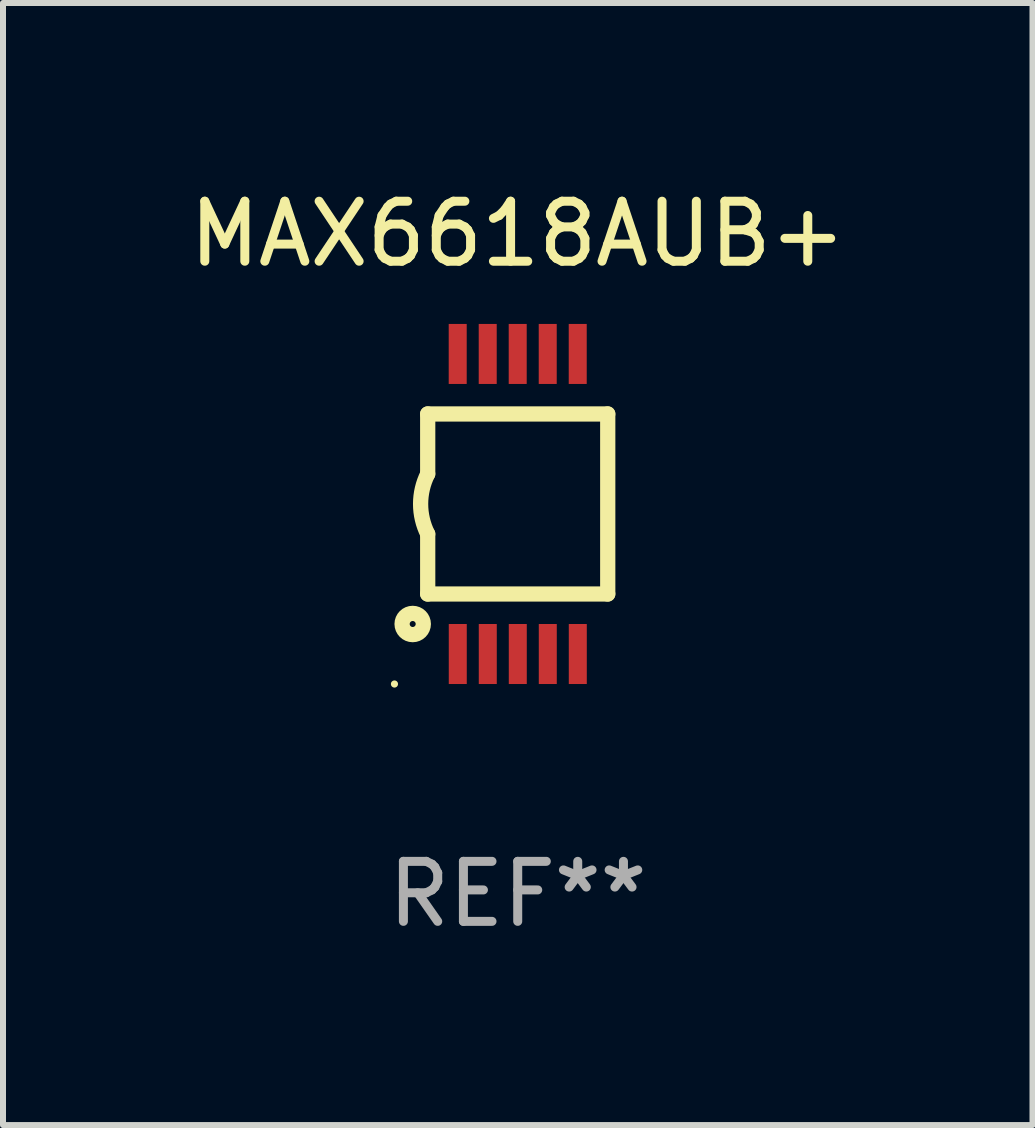
<source format=kicad_pcb>
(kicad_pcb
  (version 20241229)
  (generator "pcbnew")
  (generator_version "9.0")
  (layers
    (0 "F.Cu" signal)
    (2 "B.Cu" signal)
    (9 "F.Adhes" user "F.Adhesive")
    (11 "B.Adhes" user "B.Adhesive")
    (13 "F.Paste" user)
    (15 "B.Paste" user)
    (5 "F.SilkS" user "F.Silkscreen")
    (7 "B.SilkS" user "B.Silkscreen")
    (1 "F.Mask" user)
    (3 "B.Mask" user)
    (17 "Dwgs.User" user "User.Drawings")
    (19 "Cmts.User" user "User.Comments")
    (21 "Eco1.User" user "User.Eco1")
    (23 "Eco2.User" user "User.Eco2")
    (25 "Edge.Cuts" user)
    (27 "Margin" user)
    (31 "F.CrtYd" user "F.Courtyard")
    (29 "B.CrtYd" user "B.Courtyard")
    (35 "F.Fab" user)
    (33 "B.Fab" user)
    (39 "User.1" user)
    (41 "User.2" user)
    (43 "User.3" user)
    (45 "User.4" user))
  (footprint "MAX6618AUB+"
    (layer "F.Cu")
    (at 5.577 5.348)
    (property "Reference" "MAX6618AUB+" (at 0 -4.5 0) (layer "F.SilkS") (effects (font (size 1 1) (thickness 0.15))))
    (attr through_hole)
    (fp_line (start -1.5 -1.5) (end -1.5 -0.5) (stroke (width 0.254) (type solid)) (layer "F.SilkS"))
    (fp_line (start -1.5 1.5) (end -1.5 0.5) (stroke (width 0.254) (type solid)) (layer "F.SilkS"))
    (fp_line (start -1.5 1.5) (end 1.5 1.5) (stroke (width 0.254) (type solid)) (layer "F.SilkS"))
    (fp_line (start 1.5 1.5) (end 1.5 -1.5) (stroke (width 0.254) (type solid)) (layer "F.SilkS"))
    (fp_line (start 1.5 -1.5) (end -1.5 -1.5) (stroke (width 0.254) (type solid)) (layer "F.SilkS"))
    (fp_arc (start -1.500165 0.499873) (mid -1.618199 -0.000127) (end -1.500165 -0.500127) (stroke (width 0.254001) (type solid)) (layer "F.SilkS"))
    (fp_circle (center -2.054 3) (end -2.024 3) (stroke (width 0.06) (type solid)) (fill no) (layer "F.SilkS"))
    (fp_circle (center -1.75 2) (end -1.573 2) (stroke (width 0.254) (type solid)) (fill no) (layer "F.SilkS"))
    (fp_text user "REF**" (at 0 6.5 0) (layer "F.Fab") (effects (font (size 1 1) (thickness 0.15))))
    (pad "1" smd rect (at -0.999 2.5 180) (size 0.3 1) (layers "F.Cu" "F.Mask" "F.Paste"))
    (pad "2" smd rect (at -0.499 2.5 180) (size 0.3 1) (layers "F.Cu" "F.Mask" "F.Paste"))
    (pad "3" smd rect (at 0.001 2.5 180) (size 0.3 1) (layers "F.Cu" "F.Mask" "F.Paste"))
    (pad "4" smd rect (at 0.501 2.5 180) (size 0.3 1) (layers "F.Cu" "F.Mask" "F.Paste"))
    (pad "5" smd rect (at 1.001 2.5 180) (size 0.3 1) (layers "F.Cu" "F.Mask" "F.Paste"))
    (pad "6" smd rect (at 1 -2.5 180) (size 0.3 1) (layers "F.Cu" "F.Mask" "F.Paste"))
    (pad "7" smd rect (at 0.5 -2.5 180) (size 0.3 1) (layers "F.Cu" "F.Mask" "F.Paste"))
    (pad "8" smd rect (at -0.000165 -2.5 180) (size 0.3 1) (layers "F.Cu" "F.Mask" "F.Paste"))
    (pad "9" smd rect (at -0.5 -2.5 180) (size 0.3 1) (layers "F.Cu" "F.Mask" "F.Paste"))
    (pad "10" smd rect (at -1 -2.5 180) (size 0.3 1) (layers "F.Cu" "F.Mask" "F.Paste")))
  (gr_rect
    (start -3 -3)
    (end 14.155 15.697)
    (stroke (width 0.1) (type default))
    (fill no)
    (layer "Edge.Cuts")))
</source>
